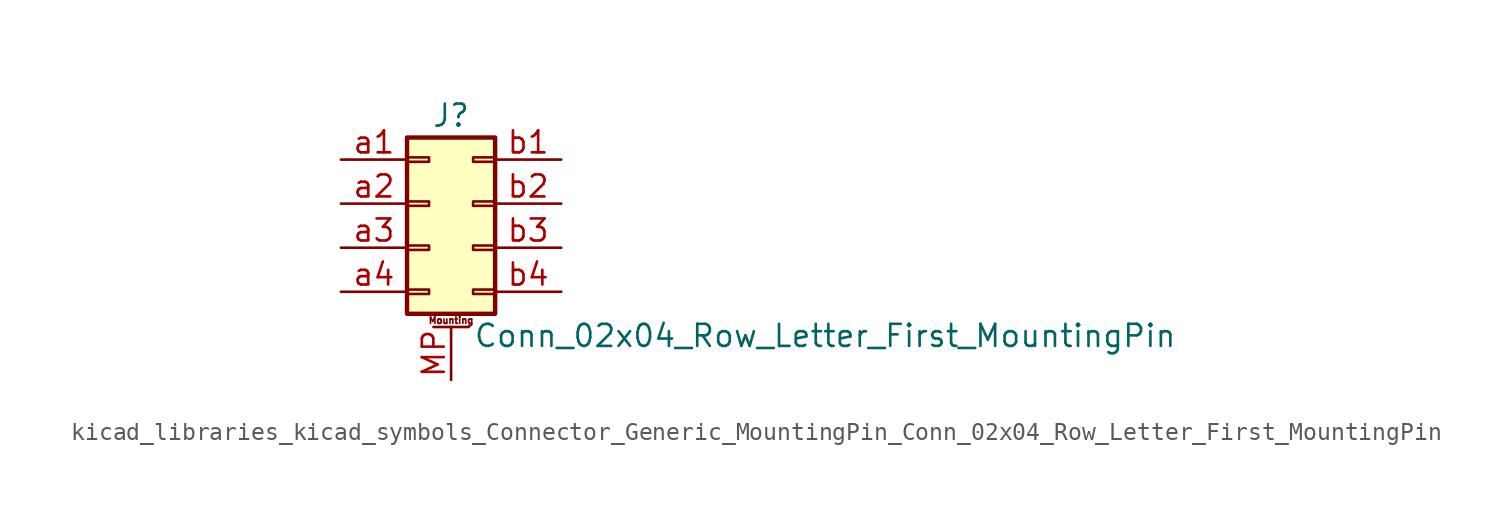
<source format=kicad_sym>
(kicad_symbol_lib
  (version 20220914)
  (generator kicad_symbol_editor)
  (symbol "kicad_libraries_kicad_symbols_Connector_Generic_MountingPin_Conn_02x04_Row_Letter_First_MountingPin"
    (pin_names
      (offset 1.016) hide)
    (property "Reference" "J"
      (at 1.27 5.08 0)
      (effects (font (size 1.27 1.27))))
    (property "Value" "Conn_02x04_Row_Letter_First_MountingPin"
      (at 2.54 -7.62 0)
      (effects (font (size 1.27 1.27)) (justify left)))
    (symbol "kicad_libraries_kicad_symbols_Connector_Generic_MountingPin_Conn_02x04_Row_Letter_First_MountingPin_1_1"
      (rectangle (start -1.27 -4.953) (end 0 -5.207) (stroke (width 0.152) (type default)) (fill (type none)))
      (rectangle (start -1.27 -2.413) (end 0 -2.667) (stroke (width 0.152) (type default)) (fill (type none)))
      (rectangle (start -1.27 0.127) (end 0 -0.127) (stroke (width 0.152) (type default)) (fill (type none)))
      (rectangle (start -1.27 2.667) (end 0 2.413) (stroke (width 0.152) (type default)) (fill (type none)))
      (rectangle (start -1.27 3.81) (end 3.81 -6.35) (stroke (width 0.254) (type default)) (fill (type background)))
      (polyline (pts (xy 0.254 -7.112) (xy 2.286 -7.112)) (stroke (width 0.152) (type default)) (fill (type none)))
      (rectangle (start 3.81 -4.953) (end 2.54 -5.207) (stroke (width 0.152) (type default)) (fill (type none)))
      (rectangle (start 3.81 -2.413) (end 2.54 -2.667) (stroke (width 0.152) (type default)) (fill (type none)))
      (rectangle (start 3.81 0.127) (end 2.54 -0.127) (stroke (width 0.152) (type default)) (fill (type none)))
      (rectangle (start 3.81 2.667) (end 2.54 2.413) (stroke (width 0.152) (type default)) (fill (type none)))
      (text "Mounting" (at 1.27 -6.731 0) (effects (font (size 0.381 0.381))))
      (pin passive line (at 1.27 -10.16 90) (length 3.048) (name "MountPin" (effects (font (size 1.27 1.27)))) (number "MP" (effects (font (size 1.27 1.27)))))
      (pin passive line (at -5.08 2.54 0) (length 3.81) (name "Pin_a1" (effects (font (size 1.27 1.27)))) (number "a1" (effects (font (size 1.27 1.27)))))
      (pin passive line (at -5.08 0 0) (length 3.81) (name "Pin_a2" (effects (font (size 1.27 1.27)))) (number "a2" (effects (font (size 1.27 1.27)))))
      (pin passive line (at -5.08 -2.54 0) (length 3.81) (name "Pin_a3" (effects (font (size 1.27 1.27)))) (number "a3" (effects (font (size 1.27 1.27)))))
      (pin passive line (at -5.08 -5.08 0) (length 3.81) (name "Pin_a4" (effects (font (size 1.27 1.27)))) (number "a4" (effects (font (size 1.27 1.27)))))
      (pin passive line (at 7.62 2.54 180) (length 3.81) (name "Pin_b1" (effects (font (size 1.27 1.27)))) (number "b1" (effects (font (size 1.27 1.27)))))
      (pin passive line (at 7.62 0 180) (length 3.81) (name "Pin_b2" (effects (font (size 1.27 1.27)))) (number "b2" (effects (font (size 1.27 1.27)))))
      (pin passive line (at 7.62 -2.54 180) (length 3.81) (name "Pin_b3" (effects (font (size 1.27 1.27)))) (number "b3" (effects (font (size 1.27 1.27)))))
      (pin passive line (at 7.62 -5.08 180) (length 3.81) (name "Pin_b4" (effects (font (size 1.27 1.27)))) (number "b4" (effects (font (size 1.27 1.27))))))))
</source>
